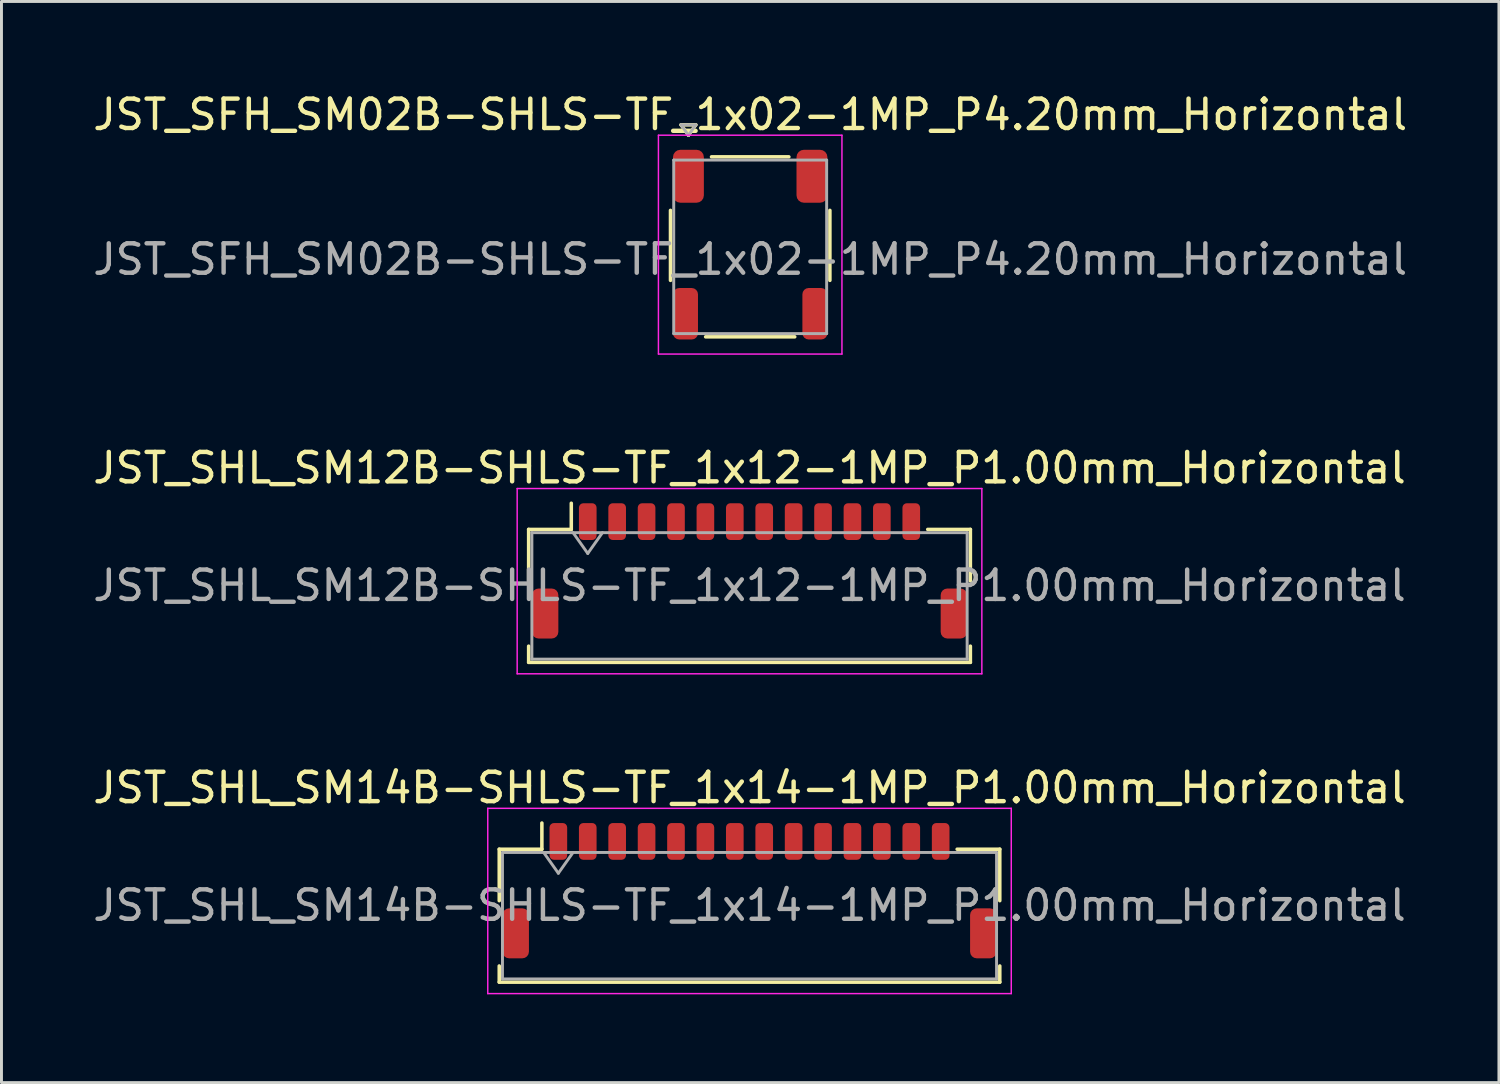
<source format=kicad_pcb>
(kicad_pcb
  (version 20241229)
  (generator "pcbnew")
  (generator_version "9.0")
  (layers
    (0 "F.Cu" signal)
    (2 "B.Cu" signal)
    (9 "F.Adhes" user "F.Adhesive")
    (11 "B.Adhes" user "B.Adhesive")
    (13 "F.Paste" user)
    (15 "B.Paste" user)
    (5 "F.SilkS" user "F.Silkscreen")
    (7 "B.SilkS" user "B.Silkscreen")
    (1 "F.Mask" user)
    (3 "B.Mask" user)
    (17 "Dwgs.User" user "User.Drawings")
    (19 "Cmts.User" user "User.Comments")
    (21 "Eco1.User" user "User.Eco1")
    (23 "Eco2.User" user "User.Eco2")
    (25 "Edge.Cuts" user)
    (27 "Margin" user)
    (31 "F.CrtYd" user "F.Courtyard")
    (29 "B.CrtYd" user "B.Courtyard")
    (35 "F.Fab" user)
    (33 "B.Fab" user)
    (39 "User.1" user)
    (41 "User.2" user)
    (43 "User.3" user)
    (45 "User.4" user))
  (footprint "JST_SFH_SM02B-SHLS-TF_1x02-1MP_P4.20mm_Horizontal"
    (layer "F.Cu")
    (at 22.458 5.268)
    (property "Reference" "JST_SFH_SM02B-SHLS-TF_1x02-1MP_P4.20mm_Horizontal" (at 0 -4.42 0) (layer "F.SilkS") (effects (font (size 1 1) (thickness 0.15))))
    (attr smd)
    (fp_line (start -2.71 -1.165) (end -2.71 1.215) (stroke (width 0.12) (type solid)) (layer "F.SilkS"))
    (fp_line (start -2.35 -4.074) (end -2.1 -3.72) (stroke (width 0.12) (type solid)) (layer "F.SilkS"))
    (fp_line (start -2.1 -3.72) (end -1.85 -4.074) (stroke (width 0.12) (type solid)) (layer "F.SilkS"))
    (fp_line (start -1.85 -4.074) (end -2.35 -4.074) (stroke (width 0.12) (type solid)) (layer "F.SilkS"))
    (fp_line (start -1.515 3.135) (end 1.515 3.135) (stroke (width 0.12) (type solid)) (layer "F.SilkS"))
    (fp_line (start -1.315 -2.985) (end 1.315 -2.985) (stroke (width 0.12) (type solid)) (layer "F.SilkS"))
    (fp_line (start 2.71 -1.165) (end 2.71 1.215) (stroke (width 0.12) (type solid)) (layer "F.SilkS"))
    (fp_line (start -3.12 -3.72) (end -3.12 3.72) (stroke (width 0.05) (type solid)) (layer "F.CrtYd"))
    (fp_line (start -3.12 3.72) (end 3.12 3.72) (stroke (width 0.05) (type solid)) (layer "F.CrtYd"))
    (fp_line (start 3.12 -3.72) (end -3.12 -3.72) (stroke (width 0.05) (type solid)) (layer "F.CrtYd"))
    (fp_line (start 3.12 3.72) (end 3.12 -3.72) (stroke (width 0.05) (type solid)) (layer "F.CrtYd"))
    (fp_line (start -2.6 -2.875) (end -2.6 3.025) (stroke (width 0.1) (type solid)) (layer "F.Fab"))
    (fp_line (start -2.6 -2.875) (end 2.6 -2.875) (stroke (width 0.1) (type solid)) (layer "F.Fab"))
    (fp_line (start -2.6 3.025) (end 2.6 3.025) (stroke (width 0.1) (type solid)) (layer "F.Fab"))
    (fp_line (start -2.35 -4.074) (end -2.1 -3.72) (stroke (width 0.1) (type solid)) (layer "F.Fab"))
    (fp_line (start -2.1 -3.72) (end -1.85 -4.074) (stroke (width 0.1) (type solid)) (layer "F.Fab"))
    (fp_line (start -1.85 -4.074) (end -2.35 -4.074) (stroke (width 0.1) (type solid)) (layer "F.Fab"))
    (fp_line (start 2.6 -2.875) (end 2.6 3.025) (stroke (width 0.1) (type solid)) (layer "F.Fab"))
    (fp_text user "${REFERENCE}" (at 0 0.5 0) (layer "F.Fab") (effects (font (size 1 1) (thickness 0.15))))
    (pad "1" smd roundrect (at -2.1 -2.325) (size 1.05 1.8) (layers "F.Cu" "F.Mask" "F.Paste") (roundrect_rratio 0.238))
    (pad "2" smd roundrect (at 2.1 -2.325) (size 1.05 1.8) (layers "F.Cu" "F.Mask" "F.Paste") (roundrect_rratio 0.238))
    (pad "MP" smd roundrect (at -2.2 2.35) (size 0.85 1.75) (layers "F.Cu" "F.Mask" "F.Paste") (roundrect_rratio 0.25))
    (pad "MP" smd roundrect (at 2.2 2.35) (size 0.85 1.75) (layers "F.Cu" "F.Mask" "F.Paste") (roundrect_rratio 0.25)))
  (footprint "JST_SHL_SM14B-SHLS-TF_1x14-1MP_P1.00mm_Horizontal"
    (layer "F.Cu")
    (at 22.435 27.235)
    (property "Reference" "JST_SHL_SM14B-SHLS-TF_1x14-1MP_P1.00mm_Horizontal" (at 0 -3.5 0) (layer "F.SilkS") (effects (font (size 1 1) (thickness 0.15))))
    (attr smd)
    (fp_line (start -8.51 -1.41) (end -7.06 -1.41) (stroke (width 0.12) (type solid)) (layer "F.SilkS"))
    (fp_line (start -8.51 0.34) (end -8.51 -1.41) (stroke (width 0.12) (type solid)) (layer "F.SilkS"))
    (fp_line (start -8.51 2.56) (end -8.51 3.11) (stroke (width 0.12) (type solid)) (layer "F.SilkS"))
    (fp_line (start -8.51 3.11) (end 8.51 3.11) (stroke (width 0.12) (type solid)) (layer "F.SilkS"))
    (fp_line (start -7.06 -1.41) (end -7.06 -2.3) (stroke (width 0.12) (type solid)) (layer "F.SilkS"))
    (fp_line (start 8.51 -1.41) (end 7.06 -1.41) (stroke (width 0.12) (type solid)) (layer "F.SilkS"))
    (fp_line (start 8.51 0.34) (end 8.51 -1.41) (stroke (width 0.12) (type solid)) (layer "F.SilkS"))
    (fp_line (start 8.51 3.11) (end 8.51 2.56) (stroke (width 0.12) (type solid)) (layer "F.SilkS"))
    (fp_line (start -8.9 -2.8) (end -8.9 3.5) (stroke (width 0.05) (type solid)) (layer "F.CrtYd"))
    (fp_line (start -8.9 3.5) (end 8.9 3.5) (stroke (width 0.05) (type solid)) (layer "F.CrtYd"))
    (fp_line (start 8.9 -2.8) (end -8.9 -2.8) (stroke (width 0.05) (type solid)) (layer "F.CrtYd"))
    (fp_line (start 8.9 3.5) (end 8.9 -2.8) (stroke (width 0.05) (type solid)) (layer "F.CrtYd"))
    (fp_line (start -8.4 -1.3) (end -8.4 3) (stroke (width 0.1) (type solid)) (layer "F.Fab"))
    (fp_line (start -8.4 -1.3) (end 8.4 -1.3) (stroke (width 0.1) (type solid)) (layer "F.Fab"))
    (fp_line (start -8.4 3) (end 8.4 3) (stroke (width 0.1) (type solid)) (layer "F.Fab"))
    (fp_line (start -7 -1.3) (end -6.5 -0.593) (stroke (width 0.1) (type solid)) (layer "F.Fab"))
    (fp_line (start -6.5 -0.593) (end -6 -1.3) (stroke (width 0.1) (type solid)) (layer "F.Fab"))
    (fp_line (start 8.4 -1.3) (end 8.4 3) (stroke (width 0.1) (type solid)) (layer "F.Fab"))
    (fp_text user "${REFERENCE}" (at 0 0.5 0) (layer "F.Fab") (effects (font (size 1 1) (thickness 0.15))))
    (pad "1" smd roundrect (at -6.5 -1.675) (size 0.6 1.25) (layers "F.Cu" "F.Mask" "F.Paste") (roundrect_rratio 0.25))
    (pad "2" smd roundrect (at -5.5 -1.675) (size 0.6 1.25) (layers "F.Cu" "F.Mask" "F.Paste") (roundrect_rratio 0.25))
    (pad "3" smd roundrect (at -4.5 -1.675) (size 0.6 1.25) (layers "F.Cu" "F.Mask" "F.Paste") (roundrect_rratio 0.25))
    (pad "4" smd roundrect (at -3.5 -1.675) (size 0.6 1.25) (layers "F.Cu" "F.Mask" "F.Paste") (roundrect_rratio 0.25))
    (pad "5" smd roundrect (at -2.5 -1.675) (size 0.6 1.25) (layers "F.Cu" "F.Mask" "F.Paste") (roundrect_rratio 0.25))
    (pad "6" smd roundrect (at -1.5 -1.675) (size 0.6 1.25) (layers "F.Cu" "F.Mask" "F.Paste") (roundrect_rratio 0.25))
    (pad "7" smd roundrect (at -0.5 -1.675) (size 0.6 1.25) (layers "F.Cu" "F.Mask" "F.Paste") (roundrect_rratio 0.25))
    (pad "8" smd roundrect (at 0.5 -1.675) (size 0.6 1.25) (layers "F.Cu" "F.Mask" "F.Paste") (roundrect_rratio 0.25))
    (pad "9" smd roundrect (at 1.5 -1.675) (size 0.6 1.25) (layers "F.Cu" "F.Mask" "F.Paste") (roundrect_rratio 0.25))
    (pad "10" smd roundrect (at 2.5 -1.675) (size 0.6 1.25) (layers "F.Cu" "F.Mask" "F.Paste") (roundrect_rratio 0.25))
    (pad "11" smd roundrect (at 3.5 -1.675) (size 0.6 1.25) (layers "F.Cu" "F.Mask" "F.Paste") (roundrect_rratio 0.25))
    (pad "12" smd roundrect (at 4.5 -1.675) (size 0.6 1.25) (layers "F.Cu" "F.Mask" "F.Paste") (roundrect_rratio 0.25))
    (pad "13" smd roundrect (at 5.5 -1.675) (size 0.6 1.25) (layers "F.Cu" "F.Mask" "F.Paste") (roundrect_rratio 0.25))
    (pad "14" smd roundrect (at 6.5 -1.675) (size 0.6 1.25) (layers "F.Cu" "F.Mask" "F.Paste") (roundrect_rratio 0.25))
    (pad "MP" smd roundrect (at -7.95 1.45) (size 0.9 1.7) (layers "F.Cu" "F.Mask" "F.Paste") (roundrect_rratio 0.25))
    (pad "MP" smd roundrect (at 7.95 1.45) (size 0.9 1.7) (layers "F.Cu" "F.Mask" "F.Paste") (roundrect_rratio 0.25)))
  (footprint "JST_SHL_SM12B-SHLS-TF_1x12-1MP_P1.00mm_Horizontal"
    (layer "F.Cu")
    (at 22.435 16.361)
    (property "Reference" "JST_SHL_SM12B-SHLS-TF_1x12-1MP_P1.00mm_Horizontal" (at 0 -3.5 0) (layer "F.SilkS") (effects (font (size 1 1) (thickness 0.15))))
    (attr smd)
    (fp_line (start -7.51 -1.41) (end -6.06 -1.41) (stroke (width 0.12) (type solid)) (layer "F.SilkS"))
    (fp_line (start -7.51 0.34) (end -7.51 -1.41) (stroke (width 0.12) (type solid)) (layer "F.SilkS"))
    (fp_line (start -7.51 2.56) (end -7.51 3.11) (stroke (width 0.12) (type solid)) (layer "F.SilkS"))
    (fp_line (start -7.51 3.11) (end 7.51 3.11) (stroke (width 0.12) (type solid)) (layer "F.SilkS"))
    (fp_line (start -6.06 -1.41) (end -6.06 -2.3) (stroke (width 0.12) (type solid)) (layer "F.SilkS"))
    (fp_line (start 7.51 -1.41) (end 6.06 -1.41) (stroke (width 0.12) (type solid)) (layer "F.SilkS"))
    (fp_line (start 7.51 0.34) (end 7.51 -1.41) (stroke (width 0.12) (type solid)) (layer "F.SilkS"))
    (fp_line (start 7.51 3.11) (end 7.51 2.56) (stroke (width 0.12) (type solid)) (layer "F.SilkS"))
    (fp_line (start -7.9 -2.8) (end -7.9 3.5) (stroke (width 0.05) (type solid)) (layer "F.CrtYd"))
    (fp_line (start -7.9 3.5) (end 7.9 3.5) (stroke (width 0.05) (type solid)) (layer "F.CrtYd"))
    (fp_line (start 7.9 -2.8) (end -7.9 -2.8) (stroke (width 0.05) (type solid)) (layer "F.CrtYd"))
    (fp_line (start 7.9 3.5) (end 7.9 -2.8) (stroke (width 0.05) (type solid)) (layer "F.CrtYd"))
    (fp_line (start -7.4 -1.3) (end -7.4 3) (stroke (width 0.1) (type solid)) (layer "F.Fab"))
    (fp_line (start -7.4 -1.3) (end 7.4 -1.3) (stroke (width 0.1) (type solid)) (layer "F.Fab"))
    (fp_line (start -7.4 3) (end 7.4 3) (stroke (width 0.1) (type solid)) (layer "F.Fab"))
    (fp_line (start -6 -1.3) (end -5.5 -0.593) (stroke (width 0.1) (type solid)) (layer "F.Fab"))
    (fp_line (start -5.5 -0.593) (end -5 -1.3) (stroke (width 0.1) (type solid)) (layer "F.Fab"))
    (fp_line (start 7.4 -1.3) (end 7.4 3) (stroke (width 0.1) (type solid)) (layer "F.Fab"))
    (fp_text user "${REFERENCE}" (at 0 0.5 0) (layer "F.Fab") (effects (font (size 1 1) (thickness 0.15))))
    (pad "1" smd roundrect (at -5.5 -1.675) (size 0.6 1.25) (layers "F.Cu" "F.Mask" "F.Paste") (roundrect_rratio 0.25))
    (pad "2" smd roundrect (at -4.5 -1.675) (size 0.6 1.25) (layers "F.Cu" "F.Mask" "F.Paste") (roundrect_rratio 0.25))
    (pad "3" smd roundrect (at -3.5 -1.675) (size 0.6 1.25) (layers "F.Cu" "F.Mask" "F.Paste") (roundrect_rratio 0.25))
    (pad "4" smd roundrect (at -2.5 -1.675) (size 0.6 1.25) (layers "F.Cu" "F.Mask" "F.Paste") (roundrect_rratio 0.25))
    (pad "5" smd roundrect (at -1.5 -1.675) (size 0.6 1.25) (layers "F.Cu" "F.Mask" "F.Paste") (roundrect_rratio 0.25))
    (pad "6" smd roundrect (at -0.5 -1.675) (size 0.6 1.25) (layers "F.Cu" "F.Mask" "F.Paste") (roundrect_rratio 0.25))
    (pad "7" smd roundrect (at 0.5 -1.675) (size 0.6 1.25) (layers "F.Cu" "F.Mask" "F.Paste") (roundrect_rratio 0.25))
    (pad "8" smd roundrect (at 1.5 -1.675) (size 0.6 1.25) (layers "F.Cu" "F.Mask" "F.Paste") (roundrect_rratio 0.25))
    (pad "9" smd roundrect (at 2.5 -1.675) (size 0.6 1.25) (layers "F.Cu" "F.Mask" "F.Paste") (roundrect_rratio 0.25))
    (pad "10" smd roundrect (at 3.5 -1.675) (size 0.6 1.25) (layers "F.Cu" "F.Mask" "F.Paste") (roundrect_rratio 0.25))
    (pad "11" smd roundrect (at 4.5 -1.675) (size 0.6 1.25) (layers "F.Cu" "F.Mask" "F.Paste") (roundrect_rratio 0.25))
    (pad "12" smd roundrect (at 5.5 -1.675) (size 0.6 1.25) (layers "F.Cu" "F.Mask" "F.Paste") (roundrect_rratio 0.25))
    (pad "MP" smd roundrect (at -6.95 1.45) (size 0.9 1.7) (layers "F.Cu" "F.Mask" "F.Paste") (roundrect_rratio 0.25))
    (pad "MP" smd roundrect (at 6.95 1.45) (size 0.9 1.7) (layers "F.Cu" "F.Mask" "F.Paste") (roundrect_rratio 0.25)))
  (gr_rect
    (start -3 -3)
    (end 47.917 33.76)
    (stroke (width 0.1) (type default))
    (fill no)
    (layer "Edge.Cuts")))
</source>
